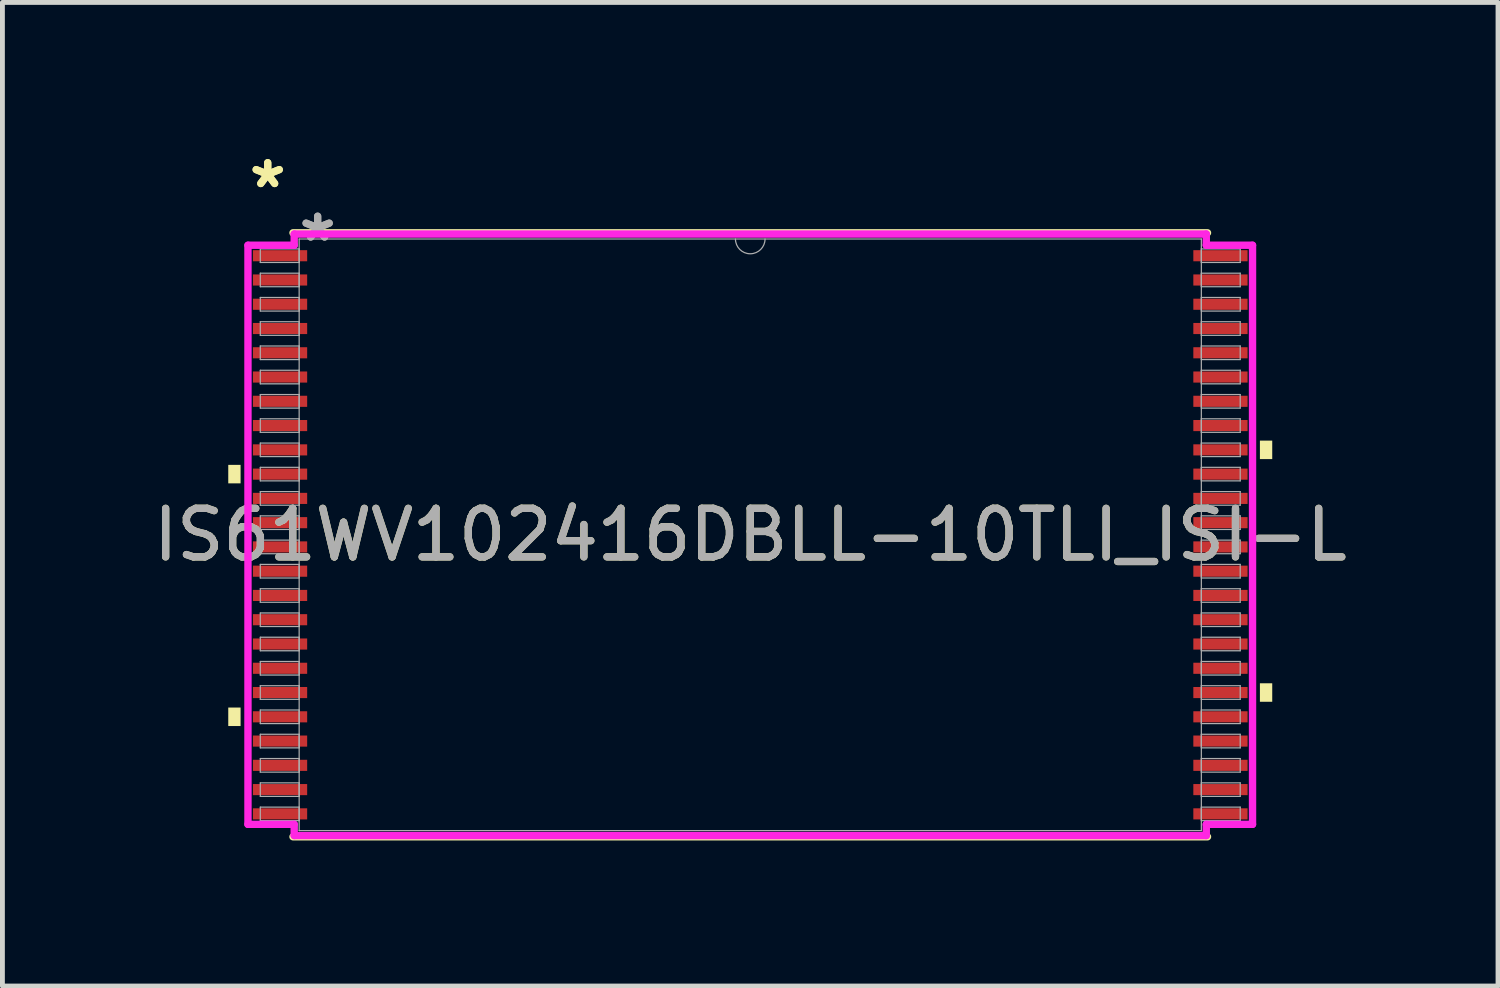
<source format=kicad_pcb>
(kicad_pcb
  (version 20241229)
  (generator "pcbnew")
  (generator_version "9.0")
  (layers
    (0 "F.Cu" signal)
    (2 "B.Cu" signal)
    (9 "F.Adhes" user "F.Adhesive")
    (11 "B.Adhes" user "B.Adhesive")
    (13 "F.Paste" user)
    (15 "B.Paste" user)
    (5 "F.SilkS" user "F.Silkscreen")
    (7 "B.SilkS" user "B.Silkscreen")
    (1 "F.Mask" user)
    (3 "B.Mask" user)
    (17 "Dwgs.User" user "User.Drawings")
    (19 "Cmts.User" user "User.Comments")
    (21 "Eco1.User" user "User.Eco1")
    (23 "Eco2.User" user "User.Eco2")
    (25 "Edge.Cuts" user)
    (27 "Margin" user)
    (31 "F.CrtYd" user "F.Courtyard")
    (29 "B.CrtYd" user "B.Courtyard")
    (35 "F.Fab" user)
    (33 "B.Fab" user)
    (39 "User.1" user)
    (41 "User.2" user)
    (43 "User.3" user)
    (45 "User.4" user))
  (footprint "IS61WV102416DBLL-10TLI_ISI-L"
    (layer "F.Cu")
    (at 12.411 7.971)
    (property "Reference" "IS61WV102416DBLL-10TLI_ISI-L" (at 0 0 0) (unlocked yes) (layer "F.SilkS") (effects (font (size 1 1) (thickness 0.15))))
    (attr smd)
    (fp_line (start -9.423 6.223) (end 9.423 6.223) (stroke (width 0.152) (type solid)) (layer "F.SilkS"))
    (fp_line (start 9.423 -6.223) (end -9.423 -6.223) (stroke (width 0.152) (type solid)) (layer "F.SilkS"))
    (fp_poly (pts (xy -10.757 -1.441) (xy -10.757 -1.06) (xy -10.503 -1.06) (xy -10.503 -1.441)) (stroke (width 0) (type solid)) (fill yes) (layer "F.SilkS"))
    (fp_poly (pts (xy -10.757 3.56) (xy -10.757 3.941) (xy -10.503 3.941) (xy -10.503 3.56)) (stroke (width 0) (type solid)) (fill yes) (layer "F.SilkS"))
    (fp_poly (pts (xy 10.757 -1.941) (xy 10.757 -1.56) (xy 10.503 -1.56) (xy 10.503 -1.941)) (stroke (width 0) (type solid)) (fill yes) (layer "F.SilkS"))
    (fp_poly (pts (xy 10.757 3.06) (xy 10.757 3.441) (xy 10.503 3.441) (xy 10.503 3.06)) (stroke (width 0) (type solid)) (fill yes) (layer "F.SilkS"))
    (fp_line (start -10.351 -5.967) (end -9.398 -5.967) (stroke (width 0.152) (type solid)) (layer "F.CrtYd"))
    (fp_line (start -10.351 5.967) (end -10.351 -5.967) (stroke (width 0.152) (type solid)) (layer "F.CrtYd"))
    (fp_line (start -10.351 5.967) (end -9.398 5.967) (stroke (width 0.152) (type solid)) (layer "F.CrtYd"))
    (fp_line (start -9.398 -6.198) (end 9.398 -6.198) (stroke (width 0.152) (type solid)) (layer "F.CrtYd"))
    (fp_line (start -9.398 -5.967) (end -9.398 -6.198) (stroke (width 0.152) (type solid)) (layer "F.CrtYd"))
    (fp_line (start -9.398 6.198) (end -9.398 5.967) (stroke (width 0.152) (type solid)) (layer "F.CrtYd"))
    (fp_line (start 9.398 -6.198) (end 9.398 -5.967) (stroke (width 0.152) (type solid)) (layer "F.CrtYd"))
    (fp_line (start 9.398 5.967) (end 9.398 6.198) (stroke (width 0.152) (type solid)) (layer "F.CrtYd"))
    (fp_line (start 9.398 6.198) (end -9.398 6.198) (stroke (width 0.152) (type solid)) (layer "F.CrtYd"))
    (fp_line (start 10.351 -5.967) (end 9.398 -5.967) (stroke (width 0.152) (type solid)) (layer "F.CrtYd"))
    (fp_line (start 10.351 -5.967) (end 10.351 5.967) (stroke (width 0.152) (type solid)) (layer "F.CrtYd"))
    (fp_line (start 10.351 5.967) (end 9.398 5.967) (stroke (width 0.152) (type solid)) (layer "F.CrtYd"))
    (fp_line (start -10.097 -5.891) (end -10.097 -5.612) (stroke (width 0.025) (type solid)) (layer "F.Fab"))
    (fp_line (start -10.097 -5.612) (end -9.296 -5.612) (stroke (width 0.025) (type solid)) (layer "F.Fab"))
    (fp_line (start -10.097 -5.391) (end -10.097 -5.112) (stroke (width 0.025) (type solid)) (layer "F.Fab"))
    (fp_line (start -10.097 -5.112) (end -9.296 -5.112) (stroke (width 0.025) (type solid)) (layer "F.Fab"))
    (fp_line (start -10.097 -4.891) (end -10.097 -4.611) (stroke (width 0.025) (type solid)) (layer "F.Fab"))
    (fp_line (start -10.097 -4.611) (end -9.296 -4.611) (stroke (width 0.025) (type solid)) (layer "F.Fab"))
    (fp_line (start -10.097 -4.391) (end -10.097 -4.111) (stroke (width 0.025) (type solid)) (layer "F.Fab"))
    (fp_line (start -10.097 -4.111) (end -9.296 -4.111) (stroke (width 0.025) (type solid)) (layer "F.Fab"))
    (fp_line (start -10.097 -3.891) (end -10.097 -3.611) (stroke (width 0.025) (type solid)) (layer "F.Fab"))
    (fp_line (start -10.097 -3.611) (end -9.296 -3.611) (stroke (width 0.025) (type solid)) (layer "F.Fab"))
    (fp_line (start -10.097 -3.391) (end -10.097 -3.111) (stroke (width 0.025) (type solid)) (layer "F.Fab"))
    (fp_line (start -10.097 -3.111) (end -9.296 -3.111) (stroke (width 0.025) (type solid)) (layer "F.Fab"))
    (fp_line (start -10.097 -2.89) (end -10.097 -2.611) (stroke (width 0.025) (type solid)) (layer "F.Fab"))
    (fp_line (start -10.097 -2.611) (end -9.296 -2.611) (stroke (width 0.025) (type solid)) (layer "F.Fab"))
    (fp_line (start -10.097 -2.39) (end -10.097 -2.111) (stroke (width 0.025) (type solid)) (layer "F.Fab"))
    (fp_line (start -10.097 -2.111) (end -9.296 -2.111) (stroke (width 0.025) (type solid)) (layer "F.Fab"))
    (fp_line (start -10.097 -1.89) (end -10.097 -1.611) (stroke (width 0.025) (type solid)) (layer "F.Fab"))
    (fp_line (start -10.097 -1.611) (end -9.296 -1.611) (stroke (width 0.025) (type solid)) (layer "F.Fab"))
    (fp_line (start -10.097 -1.39) (end -10.097 -1.111) (stroke (width 0.025) (type solid)) (layer "F.Fab"))
    (fp_line (start -10.097 -1.111) (end -9.296 -1.111) (stroke (width 0.025) (type solid)) (layer "F.Fab"))
    (fp_line (start -10.097 -0.89) (end -10.097 -0.61) (stroke (width 0.025) (type solid)) (layer "F.Fab"))
    (fp_line (start -10.097 -0.61) (end -9.296 -0.61) (stroke (width 0.025) (type solid)) (layer "F.Fab"))
    (fp_line (start -10.097 -0.39) (end -10.097 -0.11) (stroke (width 0.025) (type solid)) (layer "F.Fab"))
    (fp_line (start -10.097 -0.11) (end -9.296 -0.11) (stroke (width 0.025) (type solid)) (layer "F.Fab"))
    (fp_line (start -10.097 0.11) (end -10.097 0.39) (stroke (width 0.025) (type solid)) (layer "F.Fab"))
    (fp_line (start -10.097 0.39) (end -9.296 0.39) (stroke (width 0.025) (type solid)) (layer "F.Fab"))
    (fp_line (start -10.097 0.61) (end -10.097 0.89) (stroke (width 0.025) (type solid)) (layer "F.Fab"))
    (fp_line (start -10.097 0.89) (end -9.296 0.89) (stroke (width 0.025) (type solid)) (layer "F.Fab"))
    (fp_line (start -10.097 1.111) (end -10.097 1.39) (stroke (width 0.025) (type solid)) (layer "F.Fab"))
    (fp_line (start -10.097 1.39) (end -9.296 1.39) (stroke (width 0.025) (type solid)) (layer "F.Fab"))
    (fp_line (start -10.097 1.611) (end -10.097 1.89) (stroke (width 0.025) (type solid)) (layer "F.Fab"))
    (fp_line (start -10.097 1.89) (end -9.296 1.89) (stroke (width 0.025) (type solid)) (layer "F.Fab"))
    (fp_line (start -10.097 2.111) (end -10.097 2.39) (stroke (width 0.025) (type solid)) (layer "F.Fab"))
    (fp_line (start -10.097 2.39) (end -9.296 2.39) (stroke (width 0.025) (type solid)) (layer "F.Fab"))
    (fp_line (start -10.097 2.611) (end -10.097 2.89) (stroke (width 0.025) (type solid)) (layer "F.Fab"))
    (fp_line (start -10.097 2.89) (end -9.296 2.89) (stroke (width 0.025) (type solid)) (layer "F.Fab"))
    (fp_line (start -10.097 3.111) (end -10.097 3.391) (stroke (width 0.025) (type solid)) (layer "F.Fab"))
    (fp_line (start -10.097 3.391) (end -9.296 3.391) (stroke (width 0.025) (type solid)) (layer "F.Fab"))
    (fp_line (start -10.097 3.611) (end -10.097 3.891) (stroke (width 0.025) (type solid)) (layer "F.Fab"))
    (fp_line (start -10.097 3.891) (end -9.296 3.891) (stroke (width 0.025) (type solid)) (layer "F.Fab"))
    (fp_line (start -10.097 4.111) (end -10.097 4.391) (stroke (width 0.025) (type solid)) (layer "F.Fab"))
    (fp_line (start -10.097 4.391) (end -9.296 4.391) (stroke (width 0.025) (type solid)) (layer "F.Fab"))
    (fp_line (start -10.097 4.611) (end -10.097 4.891) (stroke (width 0.025) (type solid)) (layer "F.Fab"))
    (fp_line (start -10.097 4.891) (end -9.296 4.891) (stroke (width 0.025) (type solid)) (layer "F.Fab"))
    (fp_line (start -10.097 5.112) (end -10.097 5.391) (stroke (width 0.025) (type solid)) (layer "F.Fab"))
    (fp_line (start -10.097 5.391) (end -9.296 5.391) (stroke (width 0.025) (type solid)) (layer "F.Fab"))
    (fp_line (start -10.097 5.612) (end -10.097 5.891) (stroke (width 0.025) (type solid)) (layer "F.Fab"))
    (fp_line (start -10.097 5.891) (end -9.296 5.891) (stroke (width 0.025) (type solid)) (layer "F.Fab"))
    (fp_line (start -9.296 -6.096) (end -9.296 6.096) (stroke (width 0.025) (type solid)) (layer "F.Fab"))
    (fp_line (start -9.296 -5.891) (end -10.097 -5.891) (stroke (width 0.025) (type solid)) (layer "F.Fab"))
    (fp_line (start -9.296 -5.612) (end -9.296 -5.891) (stroke (width 0.025) (type solid)) (layer "F.Fab"))
    (fp_line (start -9.296 -5.391) (end -10.097 -5.391) (stroke (width 0.025) (type solid)) (layer "F.Fab"))
    (fp_line (start -9.296 -5.112) (end -9.296 -5.391) (stroke (width 0.025) (type solid)) (layer "F.Fab"))
    (fp_line (start -9.296 -4.891) (end -10.097 -4.891) (stroke (width 0.025) (type solid)) (layer "F.Fab"))
    (fp_line (start -9.296 -4.611) (end -9.296 -4.891) (stroke (width 0.025) (type solid)) (layer "F.Fab"))
    (fp_line (start -9.296 -4.391) (end -10.097 -4.391) (stroke (width 0.025) (type solid)) (layer "F.Fab"))
    (fp_line (start -9.296 -4.111) (end -9.296 -4.391) (stroke (width 0.025) (type solid)) (layer "F.Fab"))
    (fp_line (start -9.296 -3.891) (end -10.097 -3.891) (stroke (width 0.025) (type solid)) (layer "F.Fab"))
    (fp_line (start -9.296 -3.611) (end -9.296 -3.891) (stroke (width 0.025) (type solid)) (layer "F.Fab"))
    (fp_line (start -9.296 -3.391) (end -10.097 -3.391) (stroke (width 0.025) (type solid)) (layer "F.Fab"))
    (fp_line (start -9.296 -3.111) (end -9.296 -3.391) (stroke (width 0.025) (type solid)) (layer "F.Fab"))
    (fp_line (start -9.296 -2.89) (end -10.097 -2.89) (stroke (width 0.025) (type solid)) (layer "F.Fab"))
    (fp_line (start -9.296 -2.611) (end -9.296 -2.89) (stroke (width 0.025) (type solid)) (layer "F.Fab"))
    (fp_line (start -9.296 -2.39) (end -10.097 -2.39) (stroke (width 0.025) (type solid)) (layer "F.Fab"))
    (fp_line (start -9.296 -2.111) (end -9.296 -2.39) (stroke (width 0.025) (type solid)) (layer "F.Fab"))
    (fp_line (start -9.296 -1.89) (end -10.097 -1.89) (stroke (width 0.025) (type solid)) (layer "F.Fab"))
    (fp_line (start -9.296 -1.611) (end -9.296 -1.89) (stroke (width 0.025) (type solid)) (layer "F.Fab"))
    (fp_line (start -9.296 -1.39) (end -10.097 -1.39) (stroke (width 0.025) (type solid)) (layer "F.Fab"))
    (fp_line (start -9.296 -1.111) (end -9.296 -1.39) (stroke (width 0.025) (type solid)) (layer "F.Fab"))
    (fp_line (start -9.296 -0.89) (end -10.097 -0.89) (stroke (width 0.025) (type solid)) (layer "F.Fab"))
    (fp_line (start -9.296 -0.61) (end -9.296 -0.89) (stroke (width 0.025) (type solid)) (layer "F.Fab"))
    (fp_line (start -9.296 -0.39) (end -10.097 -0.39) (stroke (width 0.025) (type solid)) (layer "F.Fab"))
    (fp_line (start -9.296 -0.11) (end -9.296 -0.39) (stroke (width 0.025) (type solid)) (layer "F.Fab"))
    (fp_line (start -9.296 0.11) (end -10.097 0.11) (stroke (width 0.025) (type solid)) (layer "F.Fab"))
    (fp_line (start -9.296 0.39) (end -9.296 0.11) (stroke (width 0.025) (type solid)) (layer "F.Fab"))
    (fp_line (start -9.296 0.61) (end -10.097 0.61) (stroke (width 0.025) (type solid)) (layer "F.Fab"))
    (fp_line (start -9.296 0.89) (end -9.296 0.61) (stroke (width 0.025) (type solid)) (layer "F.Fab"))
    (fp_line (start -9.296 1.111) (end -10.097 1.111) (stroke (width 0.025) (type solid)) (layer "F.Fab"))
    (fp_line (start -9.296 1.39) (end -9.296 1.111) (stroke (width 0.025) (type solid)) (layer "F.Fab"))
    (fp_line (start -9.296 1.611) (end -10.097 1.611) (stroke (width 0.025) (type solid)) (layer "F.Fab"))
    (fp_line (start -9.296 1.89) (end -9.296 1.611) (stroke (width 0.025) (type solid)) (layer "F.Fab"))
    (fp_line (start -9.296 2.111) (end -10.097 2.111) (stroke (width 0.025) (type solid)) (layer "F.Fab"))
    (fp_line (start -9.296 2.39) (end -9.296 2.111) (stroke (width 0.025) (type solid)) (layer "F.Fab"))
    (fp_line (start -9.296 2.611) (end -10.097 2.611) (stroke (width 0.025) (type solid)) (layer "F.Fab"))
    (fp_line (start -9.296 2.89) (end -9.296 2.611) (stroke (width 0.025) (type solid)) (layer "F.Fab"))
    (fp_line (start -9.296 3.111) (end -10.097 3.111) (stroke (width 0.025) (type solid)) (layer "F.Fab"))
    (fp_line (start -9.296 3.391) (end -9.296 3.111) (stroke (width 0.025) (type solid)) (layer "F.Fab"))
    (fp_line (start -9.296 3.611) (end -10.097 3.611) (stroke (width 0.025) (type solid)) (layer "F.Fab"))
    (fp_line (start -9.296 3.891) (end -9.296 3.611) (stroke (width 0.025) (type solid)) (layer "F.Fab"))
    (fp_line (start -9.296 4.111) (end -10.097 4.111) (stroke (width 0.025) (type solid)) (layer "F.Fab"))
    (fp_line (start -9.296 4.391) (end -9.296 4.111) (stroke (width 0.025) (type solid)) (layer "F.Fab"))
    (fp_line (start -9.296 4.611) (end -10.097 4.611) (stroke (width 0.025) (type solid)) (layer "F.Fab"))
    (fp_line (start -9.296 4.891) (end -9.296 4.611) (stroke (width 0.025) (type solid)) (layer "F.Fab"))
    (fp_line (start -9.296 5.112) (end -10.097 5.112) (stroke (width 0.025) (type solid)) (layer "F.Fab"))
    (fp_line (start -9.296 5.391) (end -9.296 5.112) (stroke (width 0.025) (type solid)) (layer "F.Fab"))
    (fp_line (start -9.296 5.612) (end -10.097 5.612) (stroke (width 0.025) (type solid)) (layer "F.Fab"))
    (fp_line (start -9.296 5.891) (end -9.296 5.612) (stroke (width 0.025) (type solid)) (layer "F.Fab"))
    (fp_line (start -9.296 6.096) (end 9.296 6.096) (stroke (width 0.025) (type solid)) (layer "F.Fab"))
    (fp_line (start 9.296 -6.096) (end -9.296 -6.096) (stroke (width 0.025) (type solid)) (layer "F.Fab"))
    (fp_line (start 9.296 -5.891) (end 9.296 -5.612) (stroke (width 0.025) (type solid)) (layer "F.Fab"))
    (fp_line (start 9.296 -5.612) (end 10.097 -5.612) (stroke (width 0.025) (type solid)) (layer "F.Fab"))
    (fp_line (start 9.296 -5.391) (end 9.296 -5.112) (stroke (width 0.025) (type solid)) (layer "F.Fab"))
    (fp_line (start 9.296 -5.112) (end 10.097 -5.112) (stroke (width 0.025) (type solid)) (layer "F.Fab"))
    (fp_line (start 9.296 -4.891) (end 9.296 -4.611) (stroke (width 0.025) (type solid)) (layer "F.Fab"))
    (fp_line (start 9.296 -4.611) (end 10.097 -4.611) (stroke (width 0.025) (type solid)) (layer "F.Fab"))
    (fp_line (start 9.296 -4.391) (end 9.296 -4.111) (stroke (width 0.025) (type solid)) (layer "F.Fab"))
    (fp_line (start 9.296 -4.111) (end 10.097 -4.111) (stroke (width 0.025) (type solid)) (layer "F.Fab"))
    (fp_line (start 9.296 -3.891) (end 9.296 -3.611) (stroke (width 0.025) (type solid)) (layer "F.Fab"))
    (fp_line (start 9.296 -3.611) (end 10.097 -3.611) (stroke (width 0.025) (type solid)) (layer "F.Fab"))
    (fp_line (start 9.296 -3.391) (end 9.296 -3.111) (stroke (width 0.025) (type solid)) (layer "F.Fab"))
    (fp_line (start 9.296 -3.111) (end 10.097 -3.111) (stroke (width 0.025) (type solid)) (layer "F.Fab"))
    (fp_line (start 9.296 -2.89) (end 9.296 -2.611) (stroke (width 0.025) (type solid)) (layer "F.Fab"))
    (fp_line (start 9.296 -2.611) (end 10.097 -2.611) (stroke (width 0.025) (type solid)) (layer "F.Fab"))
    (fp_line (start 9.296 -2.39) (end 9.296 -2.111) (stroke (width 0.025) (type solid)) (layer "F.Fab"))
    (fp_line (start 9.296 -2.111) (end 10.097 -2.111) (stroke (width 0.025) (type solid)) (layer "F.Fab"))
    (fp_line (start 9.296 -1.89) (end 9.296 -1.611) (stroke (width 0.025) (type solid)) (layer "F.Fab"))
    (fp_line (start 9.296 -1.611) (end 10.097 -1.611) (stroke (width 0.025) (type solid)) (layer "F.Fab"))
    (fp_line (start 9.296 -1.39) (end 9.296 -1.111) (stroke (width 0.025) (type solid)) (layer "F.Fab"))
    (fp_line (start 9.296 -1.111) (end 10.097 -1.111) (stroke (width 0.025) (type solid)) (layer "F.Fab"))
    (fp_line (start 9.296 -0.89) (end 9.296 -0.61) (stroke (width 0.025) (type solid)) (layer "F.Fab"))
    (fp_line (start 9.296 -0.61) (end 10.097 -0.61) (stroke (width 0.025) (type solid)) (layer "F.Fab"))
    (fp_line (start 9.296 -0.39) (end 9.296 -0.11) (stroke (width 0.025) (type solid)) (layer "F.Fab"))
    (fp_line (start 9.296 -0.11) (end 10.097 -0.11) (stroke (width 0.025) (type solid)) (layer "F.Fab"))
    (fp_line (start 9.296 0.11) (end 9.296 0.39) (stroke (width 0.025) (type solid)) (layer "F.Fab"))
    (fp_line (start 9.296 0.39) (end 10.097 0.39) (stroke (width 0.025) (type solid)) (layer "F.Fab"))
    (fp_line (start 9.296 0.61) (end 9.296 0.89) (stroke (width 0.025) (type solid)) (layer "F.Fab"))
    (fp_line (start 9.296 0.89) (end 10.097 0.89) (stroke (width 0.025) (type solid)) (layer "F.Fab"))
    (fp_line (start 9.296 1.111) (end 9.296 1.39) (stroke (width 0.025) (type solid)) (layer "F.Fab"))
    (fp_line (start 9.296 1.39) (end 10.097 1.39) (stroke (width 0.025) (type solid)) (layer "F.Fab"))
    (fp_line (start 9.296 1.611) (end 9.296 1.89) (stroke (width 0.025) (type solid)) (layer "F.Fab"))
    (fp_line (start 9.296 1.89) (end 10.097 1.89) (stroke (width 0.025) (type solid)) (layer "F.Fab"))
    (fp_line (start 9.296 2.111) (end 9.296 2.39) (stroke (width 0.025) (type solid)) (layer "F.Fab"))
    (fp_line (start 9.296 2.39) (end 10.097 2.39) (stroke (width 0.025) (type solid)) (layer "F.Fab"))
    (fp_line (start 9.296 2.611) (end 9.296 2.89) (stroke (width 0.025) (type solid)) (layer "F.Fab"))
    (fp_line (start 9.296 2.89) (end 10.097 2.89) (stroke (width 0.025) (type solid)) (layer "F.Fab"))
    (fp_line (start 9.296 3.111) (end 9.296 3.391) (stroke (width 0.025) (type solid)) (layer "F.Fab"))
    (fp_line (start 9.296 3.391) (end 10.097 3.391) (stroke (width 0.025) (type solid)) (layer "F.Fab"))
    (fp_line (start 9.296 3.611) (end 9.296 3.891) (stroke (width 0.025) (type solid)) (layer "F.Fab"))
    (fp_line (start 9.296 3.891) (end 10.097 3.891) (stroke (width 0.025) (type solid)) (layer "F.Fab"))
    (fp_line (start 9.296 4.111) (end 9.296 4.391) (stroke (width 0.025) (type solid)) (layer "F.Fab"))
    (fp_line (start 9.296 4.391) (end 10.097 4.391) (stroke (width 0.025) (type solid)) (layer "F.Fab"))
    (fp_line (start 9.296 4.611) (end 9.296 4.891) (stroke (width 0.025) (type solid)) (layer "F.Fab"))
    (fp_line (start 9.296 4.891) (end 10.097 4.891) (stroke (width 0.025) (type solid)) (layer "F.Fab"))
    (fp_line (start 9.296 5.112) (end 9.296 5.391) (stroke (width 0.025) (type solid)) (layer "F.Fab"))
    (fp_line (start 9.296 5.391) (end 10.097 5.391) (stroke (width 0.025) (type solid)) (layer "F.Fab"))
    (fp_line (start 9.296 5.612) (end 9.296 5.891) (stroke (width 0.025) (type solid)) (layer "F.Fab"))
    (fp_line (start 9.296 5.891) (end 10.097 5.891) (stroke (width 0.025) (type solid)) (layer "F.Fab"))
    (fp_line (start 9.296 6.096) (end 9.296 -6.096) (stroke (width 0.025) (type solid)) (layer "F.Fab"))
    (fp_line (start 10.097 -5.891) (end 9.296 -5.891) (stroke (width 0.025) (type solid)) (layer "F.Fab"))
    (fp_line (start 10.097 -5.612) (end 10.097 -5.891) (stroke (width 0.025) (type solid)) (layer "F.Fab"))
    (fp_line (start 10.097 -5.391) (end 9.296 -5.391) (stroke (width 0.025) (type solid)) (layer "F.Fab"))
    (fp_line (start 10.097 -5.112) (end 10.097 -5.391) (stroke (width 0.025) (type solid)) (layer "F.Fab"))
    (fp_line (start 10.097 -4.891) (end 9.296 -4.891) (stroke (width 0.025) (type solid)) (layer "F.Fab"))
    (fp_line (start 10.097 -4.611) (end 10.097 -4.891) (stroke (width 0.025) (type solid)) (layer "F.Fab"))
    (fp_line (start 10.097 -4.391) (end 9.296 -4.391) (stroke (width 0.025) (type solid)) (layer "F.Fab"))
    (fp_line (start 10.097 -4.111) (end 10.097 -4.391) (stroke (width 0.025) (type solid)) (layer "F.Fab"))
    (fp_line (start 10.097 -3.891) (end 9.296 -3.891) (stroke (width 0.025) (type solid)) (layer "F.Fab"))
    (fp_line (start 10.097 -3.611) (end 10.097 -3.891) (stroke (width 0.025) (type solid)) (layer "F.Fab"))
    (fp_line (start 10.097 -3.391) (end 9.296 -3.391) (stroke (width 0.025) (type solid)) (layer "F.Fab"))
    (fp_line (start 10.097 -3.111) (end 10.097 -3.391) (stroke (width 0.025) (type solid)) (layer "F.Fab"))
    (fp_line (start 10.097 -2.89) (end 9.296 -2.89) (stroke (width 0.025) (type solid)) (layer "F.Fab"))
    (fp_line (start 10.097 -2.611) (end 10.097 -2.89) (stroke (width 0.025) (type solid)) (layer "F.Fab"))
    (fp_line (start 10.097 -2.39) (end 9.296 -2.39) (stroke (width 0.025) (type solid)) (layer "F.Fab"))
    (fp_line (start 10.097 -2.111) (end 10.097 -2.39) (stroke (width 0.025) (type solid)) (layer "F.Fab"))
    (fp_line (start 10.097 -1.89) (end 9.296 -1.89) (stroke (width 0.025) (type solid)) (layer "F.Fab"))
    (fp_line (start 10.097 -1.611) (end 10.097 -1.89) (stroke (width 0.025) (type solid)) (layer "F.Fab"))
    (fp_line (start 10.097 -1.39) (end 9.296 -1.39) (stroke (width 0.025) (type solid)) (layer "F.Fab"))
    (fp_line (start 10.097 -1.111) (end 10.097 -1.39) (stroke (width 0.025) (type solid)) (layer "F.Fab"))
    (fp_line (start 10.097 -0.89) (end 9.296 -0.89) (stroke (width 0.025) (type solid)) (layer "F.Fab"))
    (fp_line (start 10.097 -0.61) (end 10.097 -0.89) (stroke (width 0.025) (type solid)) (layer "F.Fab"))
    (fp_line (start 10.097 -0.39) (end 9.296 -0.39) (stroke (width 0.025) (type solid)) (layer "F.Fab"))
    (fp_line (start 10.097 -0.11) (end 10.097 -0.39) (stroke (width 0.025) (type solid)) (layer "F.Fab"))
    (fp_line (start 10.097 0.11) (end 9.296 0.11) (stroke (width 0.025) (type solid)) (layer "F.Fab"))
    (fp_line (start 10.097 0.39) (end 10.097 0.11) (stroke (width 0.025) (type solid)) (layer "F.Fab"))
    (fp_line (start 10.097 0.61) (end 9.296 0.61) (stroke (width 0.025) (type solid)) (layer "F.Fab"))
    (fp_line (start 10.097 0.89) (end 10.097 0.61) (stroke (width 0.025) (type solid)) (layer "F.Fab"))
    (fp_line (start 10.097 1.111) (end 9.296 1.111) (stroke (width 0.025) (type solid)) (layer "F.Fab"))
    (fp_line (start 10.097 1.39) (end 10.097 1.111) (stroke (width 0.025) (type solid)) (layer "F.Fab"))
    (fp_line (start 10.097 1.611) (end 9.296 1.611) (stroke (width 0.025) (type solid)) (layer "F.Fab"))
    (fp_line (start 10.097 1.89) (end 10.097 1.611) (stroke (width 0.025) (type solid)) (layer "F.Fab"))
    (fp_line (start 10.097 2.111) (end 9.296 2.111) (stroke (width 0.025) (type solid)) (layer "F.Fab"))
    (fp_line (start 10.097 2.39) (end 10.097 2.111) (stroke (width 0.025) (type solid)) (layer "F.Fab"))
    (fp_line (start 10.097 2.611) (end 9.296 2.611) (stroke (width 0.025) (type solid)) (layer "F.Fab"))
    (fp_line (start 10.097 2.89) (end 10.097 2.611) (stroke (width 0.025) (type solid)) (layer "F.Fab"))
    (fp_line (start 10.097 3.111) (end 9.296 3.111) (stroke (width 0.025) (type solid)) (layer "F.Fab"))
    (fp_line (start 10.097 3.391) (end 10.097 3.111) (stroke (width 0.025) (type solid)) (layer "F.Fab"))
    (fp_line (start 10.097 3.611) (end 9.296 3.611) (stroke (width 0.025) (type solid)) (layer "F.Fab"))
    (fp_line (start 10.097 3.891) (end 10.097 3.611) (stroke (width 0.025) (type solid)) (layer "F.Fab"))
    (fp_line (start 10.097 4.111) (end 9.296 4.111) (stroke (width 0.025) (type solid)) (layer "F.Fab"))
    (fp_line (start 10.097 4.391) (end 10.097 4.111) (stroke (width 0.025) (type solid)) (layer "F.Fab"))
    (fp_line (start 10.097 4.611) (end 9.296 4.611) (stroke (width 0.025) (type solid)) (layer "F.Fab"))
    (fp_line (start 10.097 4.891) (end 10.097 4.611) (stroke (width 0.025) (type solid)) (layer "F.Fab"))
    (fp_line (start 10.097 5.112) (end 9.296 5.112) (stroke (width 0.025) (type solid)) (layer "F.Fab"))
    (fp_line (start 10.097 5.391) (end 10.097 5.112) (stroke (width 0.025) (type solid)) (layer "F.Fab"))
    (fp_line (start 10.097 5.612) (end 9.296 5.612) (stroke (width 0.025) (type solid)) (layer "F.Fab"))
    (fp_line (start 10.097 5.891) (end 10.097 5.612) (stroke (width 0.025) (type solid)) (layer "F.Fab"))
    (fp_arc (start 0.3048 -6.096) (mid 0 -5.7912) (end -0.3048 -6.096) (stroke (width 0.0254) (type solid)) (layer "F.Fab"))
    (fp_text user "*" (at -9.944 -7.123 0) (layer "F.SilkS") (effects (font (size 1 1) (thickness 0.15))))
    (fp_text user "*" (at -9.944 -7.123 0) (unlocked yes) (layer "F.SilkS") (effects (font (size 1 1) (thickness 0.15))))
    (fp_text user "${REFERENCE}" (at 0 0 0) (unlocked yes) (layer "F.Fab") (effects (font (size 1 1) (thickness 0.15))))
    (fp_text user "*" (at -8.915 -6.02 0) (layer "F.Fab") (effects (font (size 1 1) (thickness 0.15))))
    (fp_text user "*" (at -8.915 -6.02 0) (unlocked yes) (layer "F.Fab") (effects (font (size 1 1) (thickness 0.15))))
    (pad "1" smd rect (at -9.69 -5.751) (size 1.118 0.229) (layers "F.Cu" "F.Mask" "F.Paste"))
    (pad "2" smd rect (at -9.69 -5.251) (size 1.118 0.229) (layers "F.Cu" "F.Mask" "F.Paste"))
    (pad "3" smd rect (at -9.69 -4.751) (size 1.118 0.229) (layers "F.Cu" "F.Mask" "F.Paste"))
    (pad "4" smd rect (at -9.69 -4.251) (size 1.118 0.229) (layers "F.Cu" "F.Mask" "F.Paste"))
    (pad "5" smd rect (at -9.69 -3.751) (size 1.118 0.229) (layers "F.Cu" "F.Mask" "F.Paste"))
    (pad "6" smd rect (at -9.69 -3.251) (size 1.118 0.229) (layers "F.Cu" "F.Mask" "F.Paste"))
    (pad "7" smd rect (at -9.69 -2.751) (size 1.118 0.229) (layers "F.Cu" "F.Mask" "F.Paste"))
    (pad "8" smd rect (at -9.69 -2.251) (size 1.118 0.229) (layers "F.Cu" "F.Mask" "F.Paste"))
    (pad "9" smd rect (at -9.69 -1.75) (size 1.118 0.229) (layers "F.Cu" "F.Mask" "F.Paste"))
    (pad "10" smd rect (at -9.69 -1.25) (size 1.118 0.229) (layers "F.Cu" "F.Mask" "F.Paste"))
    (pad "11" smd rect (at -9.69 -0.75) (size 1.118 0.229) (layers "F.Cu" "F.Mask" "F.Paste"))
    (pad "12" smd rect (at -9.69 -0.25) (size 1.118 0.229) (layers "F.Cu" "F.Mask" "F.Paste"))
    (pad "13" smd rect (at -9.69 0.25) (size 1.118 0.229) (layers "F.Cu" "F.Mask" "F.Paste"))
    (pad "14" smd rect (at -9.69 0.75) (size 1.118 0.229) (layers "F.Cu" "F.Mask" "F.Paste"))
    (pad "15" smd rect (at -9.69 1.25) (size 1.118 0.229) (layers "F.Cu" "F.Mask" "F.Paste"))
    (pad "16" smd rect (at -9.69 1.75) (size 1.118 0.229) (layers "F.Cu" "F.Mask" "F.Paste"))
    (pad "17" smd rect (at -9.69 2.251) (size 1.118 0.229) (layers "F.Cu" "F.Mask" "F.Paste"))
    (pad "18" smd rect (at -9.69 2.751) (size 1.118 0.229) (layers "F.Cu" "F.Mask" "F.Paste"))
    (pad "19" smd rect (at -9.69 3.251) (size 1.118 0.229) (layers "F.Cu" "F.Mask" "F.Paste"))
    (pad "20" smd rect (at -9.69 3.751) (size 1.118 0.229) (layers "F.Cu" "F.Mask" "F.Paste"))
    (pad "21" smd rect (at -9.69 4.251) (size 1.118 0.229) (layers "F.Cu" "F.Mask" "F.Paste"))
    (pad "22" smd rect (at -9.69 4.751) (size 1.118 0.229) (layers "F.Cu" "F.Mask" "F.Paste"))
    (pad "23" smd rect (at -9.69 5.251) (size 1.118 0.229) (layers "F.Cu" "F.Mask" "F.Paste"))
    (pad "24" smd rect (at -9.69 5.751) (size 1.118 0.229) (layers "F.Cu" "F.Mask" "F.Paste"))
    (pad "25" smd rect (at 9.69 5.751) (size 1.118 0.229) (layers "F.Cu" "F.Mask" "F.Paste"))
    (pad "26" smd rect (at 9.69 5.251) (size 1.118 0.229) (layers "F.Cu" "F.Mask" "F.Paste"))
    (pad "27" smd rect (at 9.69 4.751) (size 1.118 0.229) (layers "F.Cu" "F.Mask" "F.Paste"))
    (pad "28" smd rect (at 9.69 4.251) (size 1.118 0.229) (layers "F.Cu" "F.Mask" "F.Paste"))
    (pad "29" smd rect (at 9.69 3.751) (size 1.118 0.229) (layers "F.Cu" "F.Mask" "F.Paste"))
    (pad "30" smd rect (at 9.69 3.251) (size 1.118 0.229) (layers "F.Cu" "F.Mask" "F.Paste"))
    (pad "31" smd rect (at 9.69 2.751) (size 1.118 0.229) (layers "F.Cu" "F.Mask" "F.Paste"))
    (pad "32" smd rect (at 9.69 2.251) (size 1.118 0.229) (layers "F.Cu" "F.Mask" "F.Paste"))
    (pad "33" smd rect (at 9.69 1.75) (size 1.118 0.229) (layers "F.Cu" "F.Mask" "F.Paste"))
    (pad "34" smd rect (at 9.69 1.25) (size 1.118 0.229) (layers "F.Cu" "F.Mask" "F.Paste"))
    (pad "35" smd rect (at 9.69 0.75) (size 1.118 0.229) (layers "F.Cu" "F.Mask" "F.Paste"))
    (pad "36" smd rect (at 9.69 0.25) (size 1.118 0.229) (layers "F.Cu" "F.Mask" "F.Paste"))
    (pad "37" smd rect (at 9.69 -0.25) (size 1.118 0.229) (layers "F.Cu" "F.Mask" "F.Paste"))
    (pad "38" smd rect (at 9.69 -0.75) (size 1.118 0.229) (layers "F.Cu" "F.Mask" "F.Paste"))
    (pad "39" smd rect (at 9.69 -1.25) (size 1.118 0.229) (layers "F.Cu" "F.Mask" "F.Paste"))
    (pad "40" smd rect (at 9.69 -1.75) (size 1.118 0.229) (layers "F.Cu" "F.Mask" "F.Paste"))
    (pad "41" smd rect (at 9.69 -2.251) (size 1.118 0.229) (layers "F.Cu" "F.Mask" "F.Paste"))
    (pad "42" smd rect (at 9.69 -2.751) (size 1.118 0.229) (layers "F.Cu" "F.Mask" "F.Paste"))
    (pad "43" smd rect (at 9.69 -3.251) (size 1.118 0.229) (layers "F.Cu" "F.Mask" "F.Paste"))
    (pad "44" smd rect (at 9.69 -3.751) (size 1.118 0.229) (layers "F.Cu" "F.Mask" "F.Paste"))
    (pad "45" smd rect (at 9.69 -4.251) (size 1.118 0.229) (layers "F.Cu" "F.Mask" "F.Paste"))
    (pad "46" smd rect (at 9.69 -4.751) (size 1.118 0.229) (layers "F.Cu" "F.Mask" "F.Paste"))
    (pad "47" smd rect (at 9.69 -5.251) (size 1.118 0.229) (layers "F.Cu" "F.Mask" "F.Paste"))
    (pad "48" smd rect (at 9.69 -5.751) (size 1.118 0.229) (layers "F.Cu" "F.Mask" "F.Paste")))
  (gr_rect
    (start -3 -3)
    (end 27.821 17.27)
    (stroke (width 0.1) (type default))
    (fill no)
    (layer "Edge.Cuts")))
</source>
